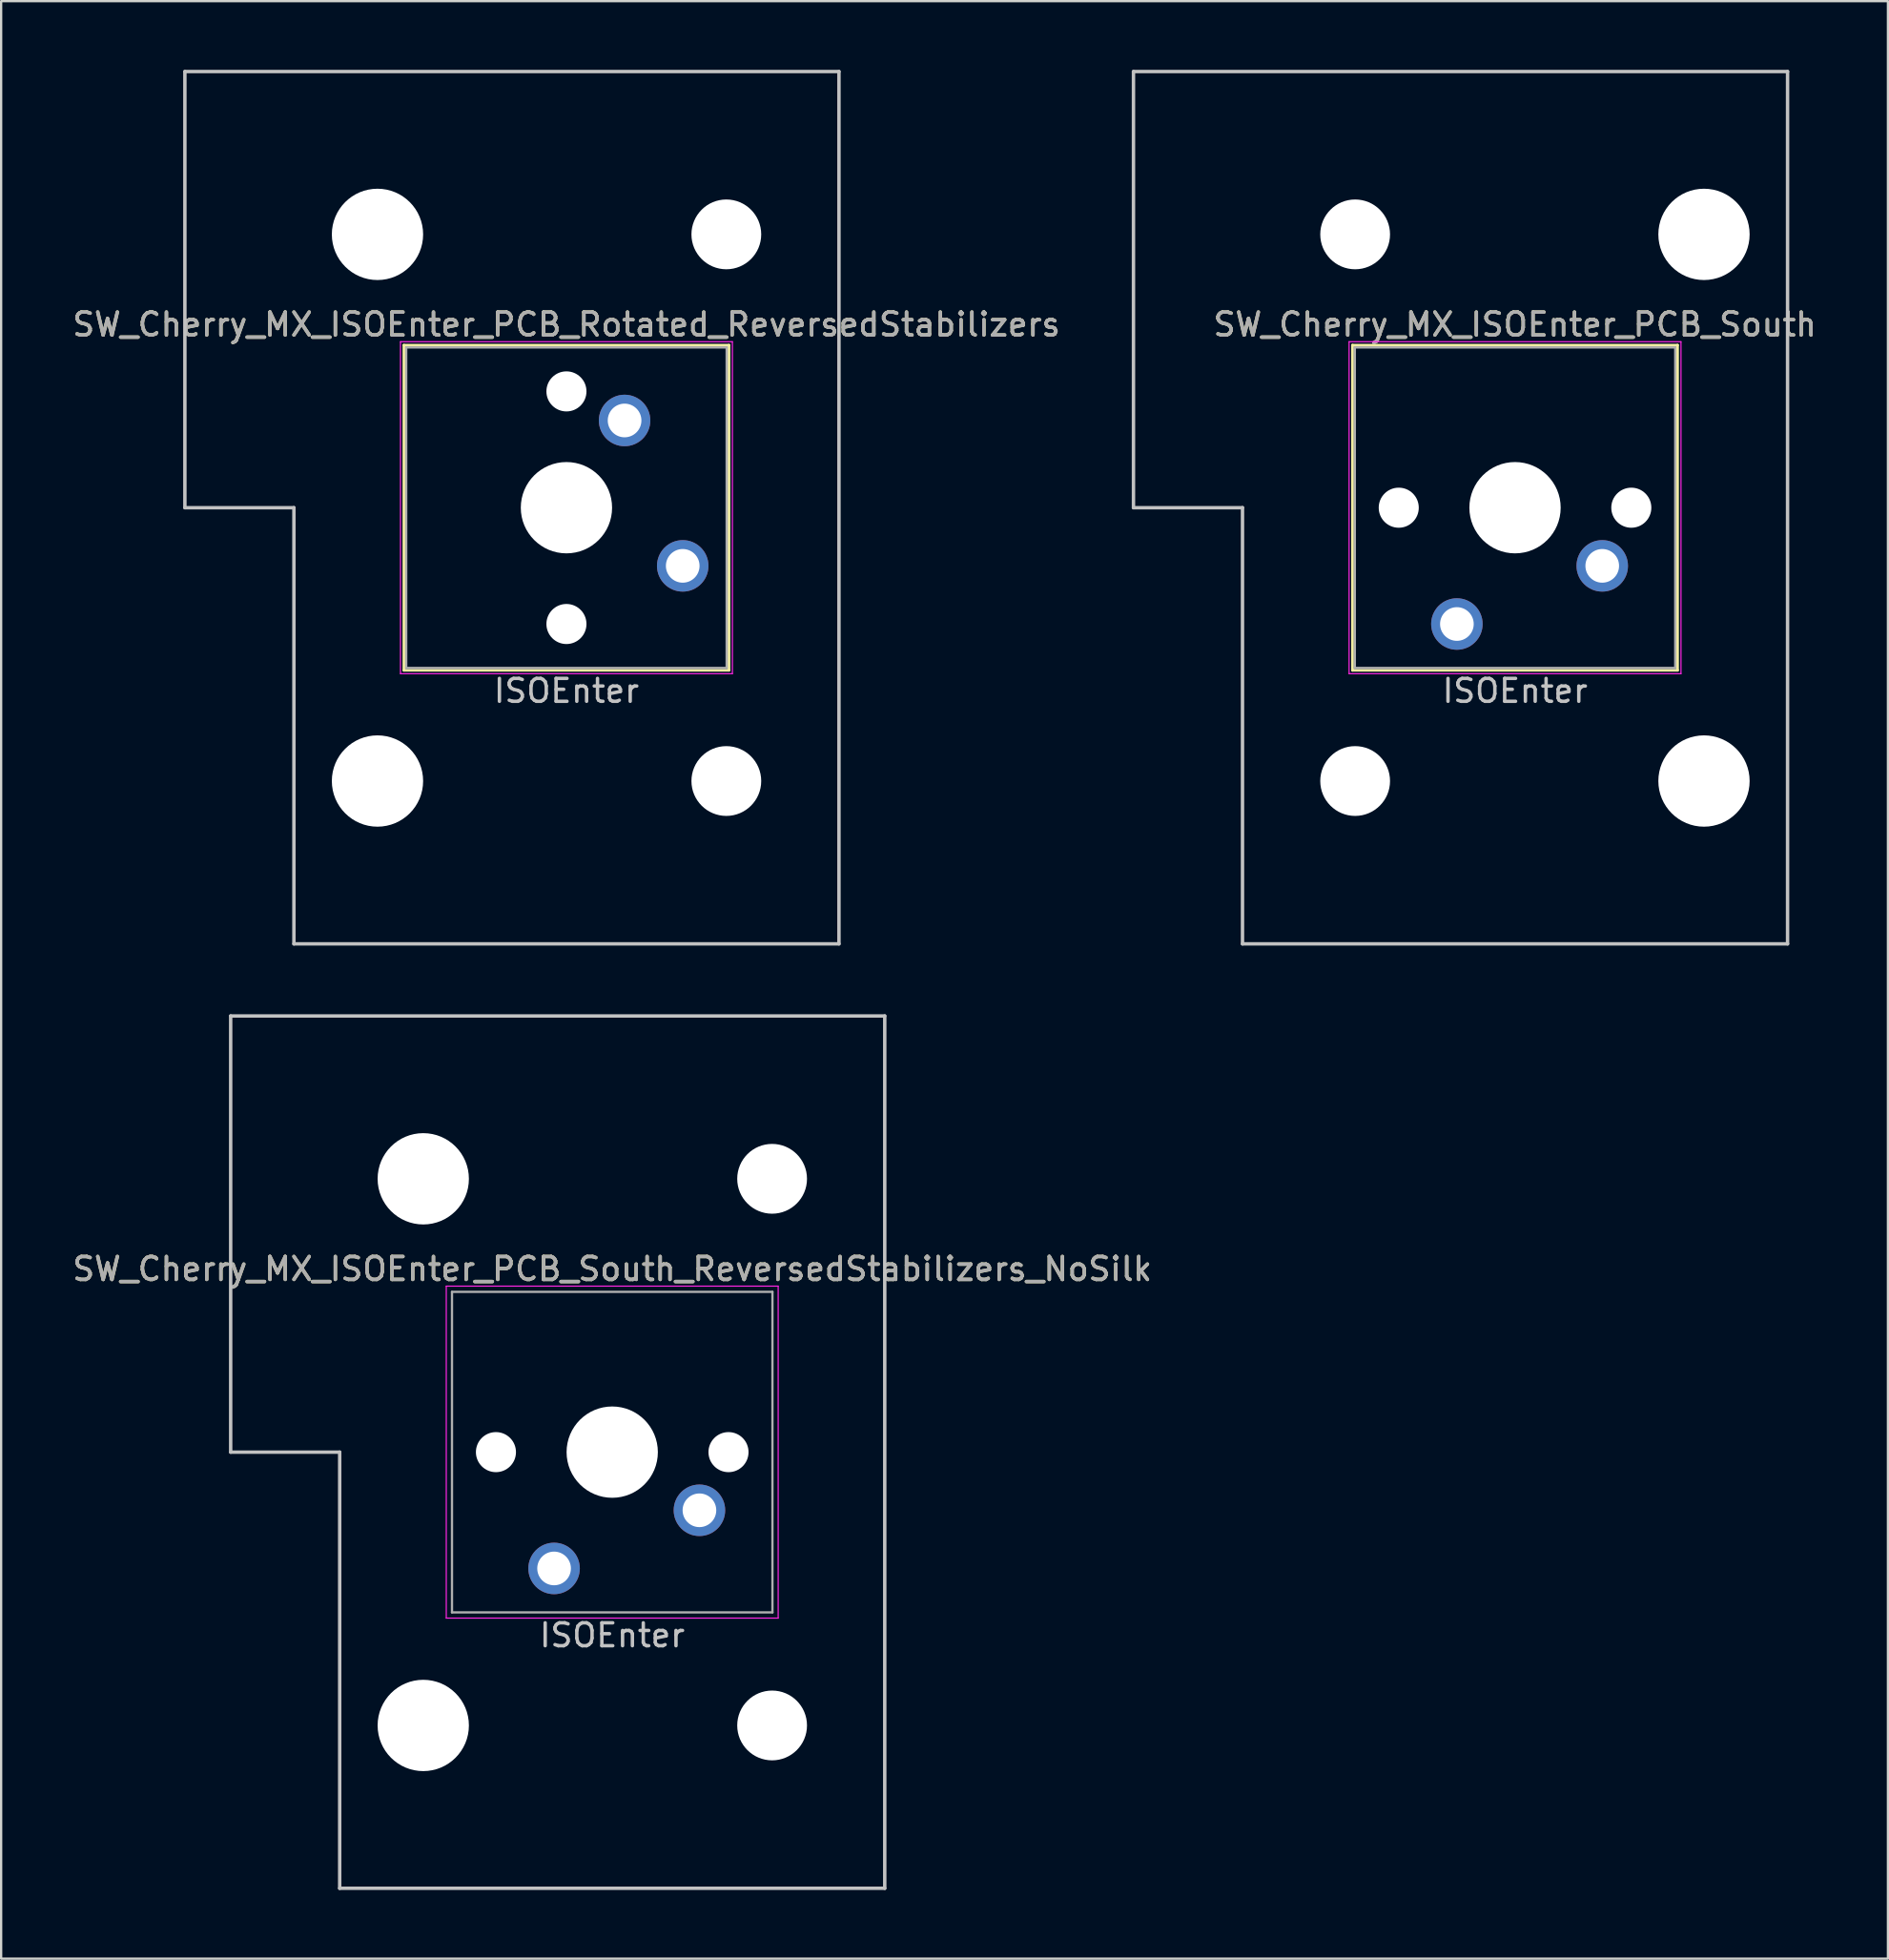
<source format=kicad_pcb>
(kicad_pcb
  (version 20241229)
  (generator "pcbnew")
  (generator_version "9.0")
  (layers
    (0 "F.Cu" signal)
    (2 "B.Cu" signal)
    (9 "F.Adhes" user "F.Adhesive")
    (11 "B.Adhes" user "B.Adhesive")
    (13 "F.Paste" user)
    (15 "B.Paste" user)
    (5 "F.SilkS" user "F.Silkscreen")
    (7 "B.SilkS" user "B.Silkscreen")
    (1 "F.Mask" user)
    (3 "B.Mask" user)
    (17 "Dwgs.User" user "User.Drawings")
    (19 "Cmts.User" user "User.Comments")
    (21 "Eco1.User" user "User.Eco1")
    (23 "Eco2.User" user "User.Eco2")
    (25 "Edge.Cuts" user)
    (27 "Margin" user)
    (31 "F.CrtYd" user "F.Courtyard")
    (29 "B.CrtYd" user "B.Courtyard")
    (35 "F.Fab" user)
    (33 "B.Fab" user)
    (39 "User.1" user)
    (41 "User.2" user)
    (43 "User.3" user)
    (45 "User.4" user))
  (footprint "SW_Cherry_MX_ISOEnter_PCB_Rotated_ReversedStabilizers"
    (layer "F.Cu")
    (at 21.696 19.125)
    (property "Reference" "SW_Cherry_MX_ISOEnter_PCB_Rotated_ReversedStabilizers" (at 0 -8 0) (layer "F.SilkS") (effects (font (size 1 1) (thickness 0.15))))
    (attr through_hole)
    (fp_line (start -7.1 -7.1) (end 7.1 -7.1) (stroke (width 0.12) (type solid)) (layer "F.SilkS"))
    (fp_line (start -7.1 7.1) (end -7.1 -7.1) (stroke (width 0.12) (type solid)) (layer "F.SilkS"))
    (fp_line (start 7.1 -7.1) (end 7.1 7.1) (stroke (width 0.12) (type solid)) (layer "F.SilkS"))
    (fp_line (start 7.1 7.1) (end -7.1 7.1) (stroke (width 0.12) (type solid)) (layer "F.SilkS"))
    (fp_line (start -16.669 -19.05) (end -16.669 0) (stroke (width 0.15) (type solid)) (layer "Dwgs.User"))
    (fp_line (start -16.669 -19.05) (end 11.906 -19.05) (stroke (width 0.15) (type solid)) (layer "Dwgs.User"))
    (fp_line (start -11.906 0) (end -16.669 0) (stroke (width 0.15) (type solid)) (layer "Dwgs.User"))
    (fp_line (start -11.906 19.05) (end -11.906 0) (stroke (width 0.15) (type solid)) (layer "Dwgs.User"))
    (fp_line (start -11.906 19.05) (end 11.906 19.05) (stroke (width 0.15) (type solid)) (layer "Dwgs.User"))
    (fp_line (start 11.906 -19.05) (end 11.906 19.05) (stroke (width 0.15) (type solid)) (layer "Dwgs.User"))
    (fp_line (start -7.25 -7.25) (end 7.25 -7.25) (stroke (width 0.05) (type solid)) (layer "F.CrtYd"))
    (fp_line (start -7.25 7.25) (end -7.25 -7.25) (stroke (width 0.05) (type solid)) (layer "F.CrtYd"))
    (fp_line (start 7.25 -7.25) (end 7.25 7.25) (stroke (width 0.05) (type solid)) (layer "F.CrtYd"))
    (fp_line (start 7.25 7.25) (end -7.25 7.25) (stroke (width 0.05) (type solid)) (layer "F.CrtYd"))
    (fp_line (start -7 -7) (end 7 -7) (stroke (width 0.1) (type solid)) (layer "F.Fab"))
    (fp_line (start -7 7) (end -7 -7) (stroke (width 0.1) (type solid)) (layer "F.Fab"))
    (fp_line (start 7 -7) (end 7 7) (stroke (width 0.1) (type solid)) (layer "F.Fab"))
    (fp_line (start 7 7) (end -7 7) (stroke (width 0.1) (type solid)) (layer "F.Fab"))
    (fp_text user "ISOEnter" (at 0 8 0) (layer "Dwgs.User") (effects (font (size 1 1) (thickness 0.15))))
    (fp_text user "${REFERENCE}" (at 0 -8 0) (layer "F.Fab") (effects (font (size 1 1) (thickness 0.15))))
    (pad "" np_thru_hole circle (at -8.255 -11.938) (size 3.988 3.988) (drill 3.988) (layers "*.Cu" "*.Mask"))
    (pad "" np_thru_hole circle (at -8.255 11.938) (size 3.988 3.988) (drill 3.988) (layers "*.Cu" "*.Mask"))
    (pad "" np_thru_hole circle (at 0 -5.08 48.1) (size 1.75 1.75) (drill 1.75) (layers "*.Cu" "*.Mask"))
    (pad "" np_thru_hole circle (at 0 0) (size 3.988 3.988) (drill 3.988) (layers "*.Cu" "*.Mask"))
    (pad "" np_thru_hole circle (at 0 5.08 48.1) (size 1.75 1.75) (drill 1.75) (layers "*.Cu" "*.Mask"))
    (pad "" np_thru_hole circle (at 6.985 -11.938) (size 3.048 3.048) (drill 3.048) (layers "*.Cu" "*.Mask"))
    (pad "" np_thru_hole circle (at 6.985 11.938) (size 3.048 3.048) (drill 3.048) (layers "*.Cu" "*.Mask"))
    (pad "1" thru_hole circle (at 2.54 -3.81) (size 2.25 2.25) (drill 1.47) (layers "*.Cu" "B.Mask"))
    (pad "2" thru_hole circle (at 5.08 2.54) (size 2.25 2.25) (drill 1.47) (layers "*.Cu" "B.Mask")))
  (footprint "SW_Cherry_MX_ISOEnter_PCB_South_ReversedStabilizers_NoSilk"
    (layer "F.Cu")
    (at 23.696 60.375)
    (property "Reference" "SW_Cherry_MX_ISOEnter_PCB_South_ReversedStabilizers_NoSilk" (at 0 -8 0) (layer "F.SilkS") (effects (font (size 1 1) (thickness 0.15))))
    (attr through_hole)
    (fp_line (start -16.669 -19.05) (end -16.669 0) (stroke (width 0.15) (type solid)) (layer "Dwgs.User"))
    (fp_line (start -16.669 -19.05) (end 11.906 -19.05) (stroke (width 0.15) (type solid)) (layer "Dwgs.User"))
    (fp_line (start -11.906 0) (end -16.669 0) (stroke (width 0.15) (type solid)) (layer "Dwgs.User"))
    (fp_line (start -11.906 19.05) (end -11.906 0) (stroke (width 0.15) (type solid)) (layer "Dwgs.User"))
    (fp_line (start -11.906 19.05) (end 11.906 19.05) (stroke (width 0.15) (type solid)) (layer "Dwgs.User"))
    (fp_line (start 11.906 -19.05) (end 11.906 19.05) (stroke (width 0.15) (type solid)) (layer "Dwgs.User"))
    (fp_line (start -7.25 -7.25) (end 7.25 -7.25) (stroke (width 0.05) (type solid)) (layer "F.CrtYd"))
    (fp_line (start -7.25 7.25) (end -7.25 -7.25) (stroke (width 0.05) (type solid)) (layer "F.CrtYd"))
    (fp_line (start 7.25 -7.25) (end 7.25 7.25) (stroke (width 0.05) (type solid)) (layer "F.CrtYd"))
    (fp_line (start 7.25 7.25) (end -7.25 7.25) (stroke (width 0.05) (type solid)) (layer "F.CrtYd"))
    (fp_line (start -7 -7) (end 7 -7) (stroke (width 0.1) (type solid)) (layer "F.Fab"))
    (fp_line (start -7 7) (end -7 -7) (stroke (width 0.1) (type solid)) (layer "F.Fab"))
    (fp_line (start 7 -7) (end 7 7) (stroke (width 0.1) (type solid)) (layer "F.Fab"))
    (fp_line (start 7 7) (end -7 7) (stroke (width 0.1) (type solid)) (layer "F.Fab"))
    (fp_text user "ISOEnter" (at 0 8 0) (layer "Dwgs.User") (effects (font (size 1 1) (thickness 0.15))))
    (fp_text user "${REFERENCE}" (at 0 -8 0) (layer "F.Fab") (effects (font (size 1 1) (thickness 0.15))))
    (pad "" np_thru_hole circle (at -8.255 -11.938) (size 3.988 3.988) (drill 3.988) (layers "*.Cu" "*.Mask"))
    (pad "" np_thru_hole circle (at -8.255 11.938) (size 3.988 3.988) (drill 3.988) (layers "*.Cu" "*.Mask"))
    (pad "" np_thru_hole circle (at -5.08 0 228.1) (size 1.75 1.75) (drill 1.75) (layers "*.Cu" "*.Mask"))
    (pad "" np_thru_hole circle (at 0 0 180) (size 3.988 3.988) (drill 3.988) (layers "*.Cu" "*.Mask"))
    (pad "" np_thru_hole circle (at 5.08 0 228.1) (size 1.75 1.75) (drill 1.75) (layers "*.Cu" "*.Mask"))
    (pad "" np_thru_hole circle (at 6.985 -11.938) (size 3.048 3.048) (drill 3.048) (layers "*.Cu" "*.Mask"))
    (pad "" np_thru_hole circle (at 6.985 11.938) (size 3.048 3.048) (drill 3.048) (layers "*.Cu" "*.Mask"))
    (pad "1" thru_hole circle (at 3.81 2.54 180) (size 2.25 2.25) (drill 1.47) (layers "*.Cu" "B.Mask"))
    (pad "2" thru_hole circle (at -2.54 5.08 180) (size 2.25 2.25) (drill 1.47) (layers "*.Cu" "B.Mask")))
  (footprint "SW_Cherry_MX_ISOEnter_PCB_South"
    (layer "F.Cu")
    (at 63.137 19.125)
    (property "Reference" "SW_Cherry_MX_ISOEnter_PCB_South" (at 0 -8 0) (layer "F.SilkS") (effects (font (size 1 1) (thickness 0.15))))
    (attr through_hole)
    (fp_line (start -7.1 -7.1) (end 7.1 -7.1) (stroke (width 0.12) (type solid)) (layer "F.SilkS"))
    (fp_line (start -7.1 7.1) (end -7.1 -7.1) (stroke (width 0.12) (type solid)) (layer "F.SilkS"))
    (fp_line (start 7.1 -7.1) (end 7.1 7.1) (stroke (width 0.12) (type solid)) (layer "F.SilkS"))
    (fp_line (start 7.1 7.1) (end -7.1 7.1) (stroke (width 0.12) (type solid)) (layer "F.SilkS"))
    (fp_line (start -16.669 -19.05) (end -16.669 0) (stroke (width 0.15) (type solid)) (layer "Dwgs.User"))
    (fp_line (start -16.669 -19.05) (end 11.906 -19.05) (stroke (width 0.15) (type solid)) (layer "Dwgs.User"))
    (fp_line (start -11.906 0) (end -16.669 0) (stroke (width 0.15) (type solid)) (layer "Dwgs.User"))
    (fp_line (start -11.906 19.05) (end -11.906 0) (stroke (width 0.15) (type solid)) (layer "Dwgs.User"))
    (fp_line (start -11.906 19.05) (end 11.906 19.05) (stroke (width 0.15) (type solid)) (layer "Dwgs.User"))
    (fp_line (start 11.906 -19.05) (end 11.906 19.05) (stroke (width 0.15) (type solid)) (layer "Dwgs.User"))
    (fp_line (start -7.25 -7.25) (end 7.25 -7.25) (stroke (width 0.05) (type solid)) (layer "F.CrtYd"))
    (fp_line (start -7.25 7.25) (end -7.25 -7.25) (stroke (width 0.05) (type solid)) (layer "F.CrtYd"))
    (fp_line (start 7.25 -7.25) (end 7.25 7.25) (stroke (width 0.05) (type solid)) (layer "F.CrtYd"))
    (fp_line (start 7.25 7.25) (end -7.25 7.25) (stroke (width 0.05) (type solid)) (layer "F.CrtYd"))
    (fp_line (start -7 -7) (end 7 -7) (stroke (width 0.1) (type solid)) (layer "F.Fab"))
    (fp_line (start -7 7) (end -7 -7) (stroke (width 0.1) (type solid)) (layer "F.Fab"))
    (fp_line (start 7 -7) (end 7 7) (stroke (width 0.1) (type solid)) (layer "F.Fab"))
    (fp_line (start 7 7) (end -7 7) (stroke (width 0.1) (type solid)) (layer "F.Fab"))
    (fp_text user "ISOEnter" (at 0 8 0) (layer "Dwgs.User") (effects (font (size 1 1) (thickness 0.15))))
    (fp_text user "${REFERENCE}" (at 0 -8 0) (layer "F.Fab") (effects (font (size 1 1) (thickness 0.15))))
    (pad "" np_thru_hole circle (at -6.985 -11.938) (size 3.048 3.048) (drill 3.048) (layers "*.Cu" "*.Mask"))
    (pad "" np_thru_hole circle (at -6.985 11.938) (size 3.048 3.048) (drill 3.048) (layers "*.Cu" "*.Mask"))
    (pad "" np_thru_hole circle (at -5.08 0 228.1) (size 1.75 1.75) (drill 1.75) (layers "*.Cu" "*.Mask"))
    (pad "" np_thru_hole circle (at 0 0 180) (size 3.988 3.988) (drill 3.988) (layers "*.Cu" "*.Mask"))
    (pad "" np_thru_hole circle (at 5.08 0 228.1) (size 1.75 1.75) (drill 1.75) (layers "*.Cu" "*.Mask"))
    (pad "" np_thru_hole circle (at 8.255 -11.938) (size 3.988 3.988) (drill 3.988) (layers "*.Cu" "*.Mask"))
    (pad "" np_thru_hole circle (at 8.255 11.938) (size 3.988 3.988) (drill 3.988) (layers "*.Cu" "*.Mask"))
    (pad "1" thru_hole circle (at 3.81 2.54 180) (size 2.25 2.25) (drill 1.47) (layers "*.Cu" "B.Mask"))
    (pad "2" thru_hole circle (at -2.54 5.08 180) (size 2.25 2.25) (drill 1.47) (layers "*.Cu" "B.Mask")))
  (gr_rect
    (start -3 -3)
    (end 79.428 82.5)
    (stroke (width 0.1) (type default))
    (fill no)
    (layer "Edge.Cuts")))
</source>
